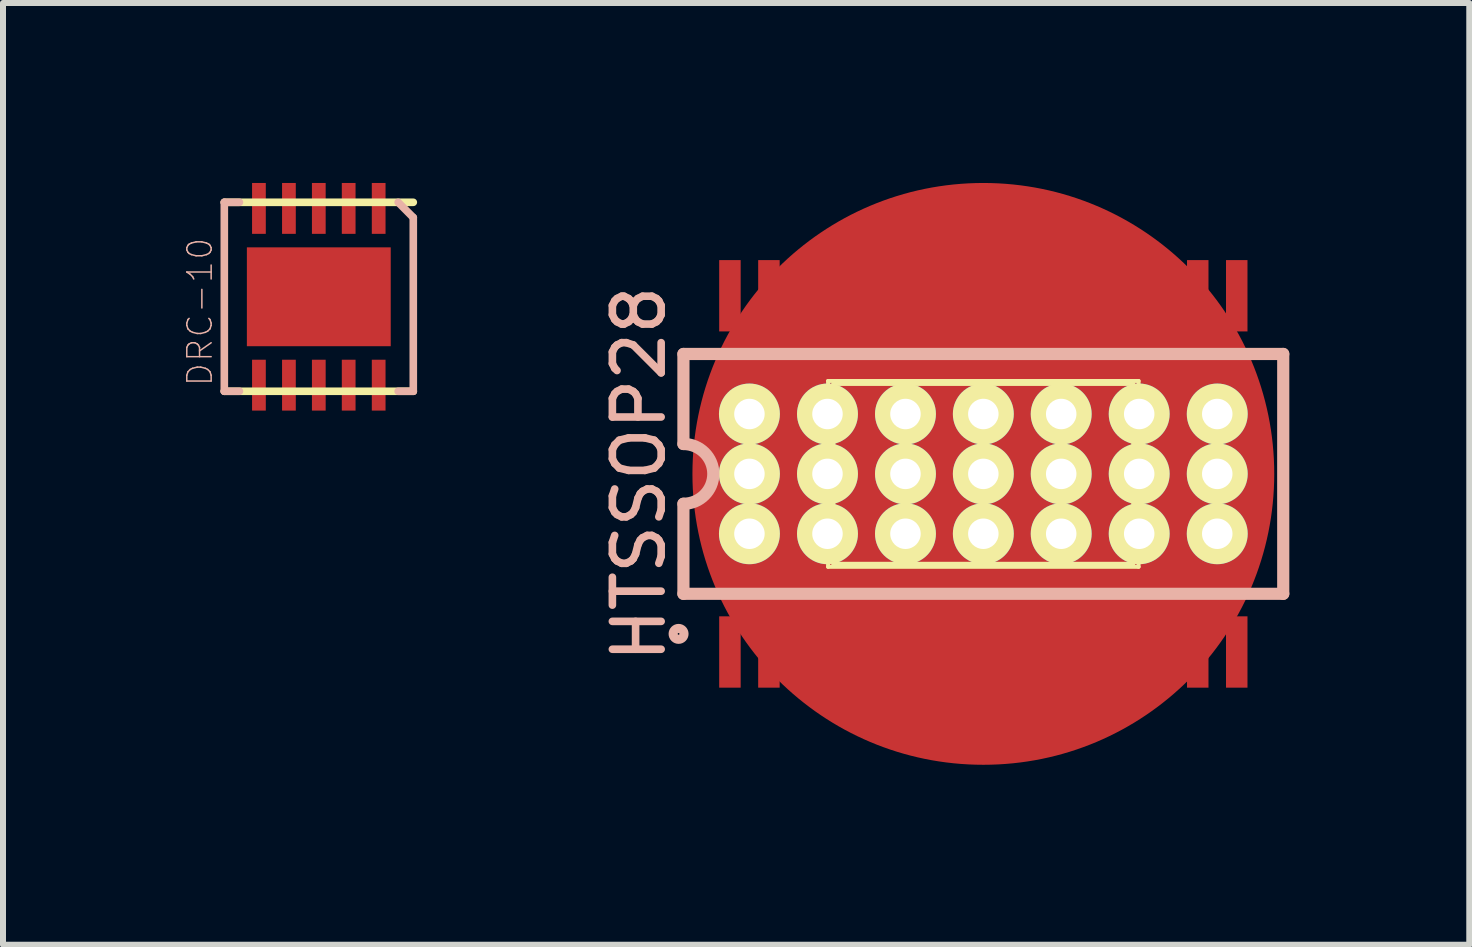
<source format=kicad_pcb>
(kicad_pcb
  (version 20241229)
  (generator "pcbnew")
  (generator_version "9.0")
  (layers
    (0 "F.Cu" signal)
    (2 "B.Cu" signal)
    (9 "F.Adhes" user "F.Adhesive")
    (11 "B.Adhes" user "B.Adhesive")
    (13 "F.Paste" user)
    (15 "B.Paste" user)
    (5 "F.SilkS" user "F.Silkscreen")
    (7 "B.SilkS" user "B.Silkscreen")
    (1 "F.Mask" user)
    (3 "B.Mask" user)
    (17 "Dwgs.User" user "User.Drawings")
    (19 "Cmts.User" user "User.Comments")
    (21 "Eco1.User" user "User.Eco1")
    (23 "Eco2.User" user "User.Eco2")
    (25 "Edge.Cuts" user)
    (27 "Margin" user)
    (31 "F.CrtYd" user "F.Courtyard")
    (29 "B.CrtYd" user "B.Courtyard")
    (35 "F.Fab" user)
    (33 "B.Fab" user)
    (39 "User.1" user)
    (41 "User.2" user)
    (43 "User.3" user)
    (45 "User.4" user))
  (footprint "HTSSOP28"
    (layer "F.Cu")
    (at 13.341 4.849)
    (property "Reference" "HTSSOP28" (at -5.74 0 90) (layer "B.SilkS") (effects (font (size 0.813 0.813) (thickness 0.127))))
    (attr smd)
    (fp_line (start -2.588 -1.549) (end 2.588 -1.549) (stroke (width 0.066) (type solid)) (layer "F.SilkS"))
    (fp_line (start -2.588 1.549) (end -2.588 -1.549) (stroke (width 0.066) (type solid)) (layer "F.SilkS"))
    (fp_line (start -2.588 1.549) (end 2.588 1.549) (stroke (width 0.066) (type solid)) (layer "F.SilkS"))
    (fp_line (start -2.499 -1.499) (end 2.499 -1.499) (stroke (width 0.066) (type solid)) (layer "F.SilkS"))
    (fp_line (start -2.499 1.499) (end -2.499 -1.499) (stroke (width 0.066) (type solid)) (layer "F.SilkS"))
    (fp_line (start -2.499 1.499) (end 2.499 1.499) (stroke (width 0.066) (type solid)) (layer "F.SilkS"))
    (fp_line (start 2.499 1.499) (end 2.499 -1.499) (stroke (width 0.066) (type solid)) (layer "F.SilkS"))
    (fp_line (start 2.588 1.549) (end 2.588 -1.549) (stroke (width 0.066) (type solid)) (layer "F.SilkS"))
    (fp_line (start -4.999 -1.999) (end -4.999 -0.498) (stroke (width 0.203) (type solid)) (layer "B.SilkS"))
    (fp_line (start -4.999 -1.999) (end 4.999 -1.999) (stroke (width 0.203) (type solid)) (layer "B.SilkS"))
    (fp_line (start -4.999 0.498) (end -4.999 1.999) (stroke (width 0.203) (type solid)) (layer "B.SilkS"))
    (fp_line (start -4.999 1.999) (end 4.999 1.999) (stroke (width 0.203) (type solid)) (layer "B.SilkS"))
    (fp_line (start 4.999 -1.999) (end 4.999 1.999) (stroke (width 0.203) (type solid)) (layer "B.SilkS"))
    (fp_arc (start -4.99872 -0.49784) (mid -4.50088 0) (end -4.99872 0.49784) (stroke (width 0.2032) (type solid)) (layer "B.SilkS"))
    (fp_circle (center -5.08 2.667) (end -5.144 2.731) (stroke (width 0.152) (type solid)) (fill no) (layer "B.SilkS"))
    (pad "1" smd rect (at -4.224 2.969) (size 0.358 1.189) (layers "F.Cu" "F.Mask" "F.Paste"))
    (pad "2" smd rect (at -3.574 2.969) (size 0.358 1.189) (layers "F.Cu" "F.Mask" "F.Paste"))
    (pad "3" smd rect (at -2.924 2.969) (size 0.358 1.189) (layers "F.Cu" "F.Mask" "F.Paste"))
    (pad "4" smd rect (at -2.273 2.969) (size 0.358 1.189) (layers "F.Cu" "F.Mask" "F.Paste"))
    (pad "5" smd rect (at -1.623 2.969) (size 0.358 1.189) (layers "F.Cu" "F.Mask" "F.Paste"))
    (pad "6" smd rect (at -0.973 2.969) (size 0.358 1.189) (layers "F.Cu" "F.Mask" "F.Paste"))
    (pad "7" smd rect (at -0.323 2.969) (size 0.358 1.189) (layers "F.Cu" "F.Mask" "F.Paste"))
    (pad "8" smd rect (at 0.323 2.969) (size 0.358 1.189) (layers "F.Cu" "F.Mask" "F.Paste"))
    (pad "9" smd rect (at 0.973 2.969) (size 0.358 1.189) (layers "F.Cu" "F.Mask" "F.Paste"))
    (pad "10" smd rect (at 1.623 2.969) (size 0.358 1.189) (layers "F.Cu" "F.Mask" "F.Paste"))
    (pad "11" smd rect (at 2.273 2.969) (size 0.358 1.189) (layers "F.Cu" "F.Mask" "F.Paste"))
    (pad "12" smd rect (at 2.924 2.969) (size 0.358 1.189) (layers "F.Cu" "F.Mask" "F.Paste"))
    (pad "13" smd rect (at 3.574 2.969) (size 0.358 1.189) (layers "F.Cu" "F.Mask" "F.Paste"))
    (pad "14" smd rect (at 4.224 2.969) (size 0.358 1.189) (layers "F.Cu" "F.Mask" "F.Paste"))
    (pad "15" smd rect (at 4.224 -2.969) (size 0.358 1.189) (layers "F.Cu" "F.Mask" "F.Paste"))
    (pad "16" smd rect (at 3.574 -2.969) (size 0.358 1.189) (layers "F.Cu" "F.Mask" "F.Paste"))
    (pad "17" smd rect (at 2.924 -2.969) (size 0.358 1.189) (layers "F.Cu" "F.Mask" "F.Paste"))
    (pad "18" smd rect (at 2.273 -2.969) (size 0.358 1.189) (layers "F.Cu" "F.Mask" "F.Paste"))
    (pad "19" smd rect (at 1.623 -2.969) (size 0.358 1.189) (layers "F.Cu" "F.Mask" "F.Paste"))
    (pad "20" smd rect (at 0.973 -2.969) (size 0.358 1.189) (layers "F.Cu" "F.Mask" "F.Paste"))
    (pad "21" smd rect (at 0.323 -2.969) (size 0.358 1.189) (layers "F.Cu" "F.Mask" "F.Paste"))
    (pad "22" smd rect (at -0.323 -2.969) (size 0.358 1.189) (layers "F.Cu" "F.Mask" "F.Paste"))
    (pad "23" smd rect (at -0.973 -2.969) (size 0.358 1.189) (layers "F.Cu" "F.Mask" "F.Paste"))
    (pad "24" smd rect (at -1.623 -2.969) (size 0.358 1.189) (layers "F.Cu" "F.Mask" "F.Paste"))
    (pad "25" smd rect (at -2.273 -2.969) (size 0.358 1.189) (layers "F.Cu" "F.Mask" "F.Paste"))
    (pad "26" smd rect (at -2.924 -2.969) (size 0.358 1.189) (layers "F.Cu" "F.Mask" "F.Paste"))
    (pad "27" smd rect (at -3.574 -2.969) (size 0.358 1.189) (layers "F.Cu" "F.Mask" "F.Paste"))
    (pad "28" smd rect (at -4.224 -2.969) (size 0.358 1.189) (layers "F.Cu" "F.Mask" "F.Paste"))
    (pad "GND@" thru_hole circle (at -3.899 -0.998) (size 1.016 1.016) (drill 0.508) (layers "*.Cu" "F.Mask" "F.SilkS" "F.Paste"))
    (pad "GND@" thru_hole circle (at -3.899 0) (size 1.016 1.016) (drill 0.508) (layers "*.Cu" "F.Mask" "F.SilkS" "F.Paste"))
    (pad "GND@" thru_hole circle (at -3.899 0.998) (size 1.016 1.016) (drill 0.508) (layers "*.Cu" "F.Mask" "F.SilkS" "F.Paste"))
    (pad "GND@" thru_hole circle (at -2.598 -0.998) (size 1.016 1.016) (drill 0.508) (layers "*.Cu" "F.Mask" "F.SilkS" "F.Paste"))
    (pad "GND@" thru_hole circle (at -2.598 0) (size 1.016 1.016) (drill 0.508) (layers "*.Cu" "F.Mask" "F.SilkS" "F.Paste"))
    (pad "GND@" thru_hole circle (at -2.598 0.998) (size 1.016 1.016) (drill 0.508) (layers "*.Cu" "F.Mask" "F.SilkS" "F.Paste"))
    (pad "GND@" thru_hole circle (at -1.298 -0.998) (size 1.016 1.016) (drill 0.508) (layers "*.Cu" "F.Mask" "F.SilkS" "F.Paste"))
    (pad "GND@" thru_hole circle (at -1.298 0) (size 1.016 1.016) (drill 0.508) (layers "*.Cu" "F.Mask" "F.SilkS" "F.Paste"))
    (pad "GND@" thru_hole circle (at -1.298 0.998) (size 1.016 1.016) (drill 0.508) (layers "*.Cu" "F.Mask" "F.SilkS" "F.Paste"))
    (pad "GND@" thru_hole circle (at 0 -0.998) (size 1.016 1.016) (drill 0.508) (layers "*.Cu" "F.Mask" "F.SilkS" "F.Paste"))
    (pad "GND@" thru_hole circle (at 0 0) (size 1.016 1.016) (drill 0.508) (layers "*.Cu" "F.Mask" "F.SilkS" "F.Paste"))
    (pad "GND@" smd circle (at 0 0) (size 9.698 9.698) (layers "F.Cu" "F.Mask" "F.Paste"))
    (pad "GND@" thru_hole circle (at 0 0.998) (size 1.016 1.016) (drill 0.508) (layers "*.Cu" "F.Mask" "F.SilkS" "F.Paste"))
    (pad "GND@" thru_hole circle (at 1.298 -0.998) (size 1.016 1.016) (drill 0.508) (layers "*.Cu" "F.Mask" "F.SilkS" "F.Paste"))
    (pad "GND@" thru_hole circle (at 1.298 0) (size 1.016 1.016) (drill 0.508) (layers "*.Cu" "F.Mask" "F.SilkS" "F.Paste"))
    (pad "GND@" thru_hole circle (at 1.298 0.998) (size 1.016 1.016) (drill 0.508) (layers "*.Cu" "F.Mask" "F.SilkS" "F.Paste"))
    (pad "GND@" thru_hole circle (at 2.598 -0.998) (size 1.016 1.016) (drill 0.508) (layers "*.Cu" "F.Mask" "F.SilkS" "F.Paste"))
    (pad "GND@" thru_hole circle (at 2.598 0) (size 1.016 1.016) (drill 0.508) (layers "*.Cu" "F.Mask" "F.SilkS" "F.Paste"))
    (pad "GND@" thru_hole circle (at 2.598 0.998) (size 1.016 1.016) (drill 0.508) (layers "*.Cu" "F.Mask" "F.SilkS" "F.Paste"))
    (pad "GND@" thru_hole circle (at 3.899 -0.998) (size 1.016 1.016) (drill 0.508) (layers "*.Cu" "F.Mask" "F.SilkS" "F.Paste"))
    (pad "GND@" thru_hole circle (at 3.899 0) (size 1.016 1.016) (drill 0.508) (layers "*.Cu" "F.Mask" "F.SilkS" "F.Paste"))
    (pad "GND@" thru_hole circle (at 3.899 0.998) (size 1.016 1.016) (drill 0.508) (layers "*.Cu" "F.Mask" "F.SilkS" "F.Paste")))
  (footprint "DRC-10"
    (layer "F.Cu")
    (at 2.264 1.897)
    (property "Reference" "DRC-10" (at -1.981 0.254 90) (layer "B.SilkS") (effects (font (size 0.406 0.406) (thickness 0.025))))
    (attr smd)
    (fp_line (start -1.575 1.575) (end 1.575 1.575) (stroke (width 0.127) (type solid)) (layer "F.SilkS"))
    (fp_line (start 1.575 -1.575) (end -1.575 -1.575) (stroke (width 0.127) (type solid)) (layer "F.SilkS"))
    (fp_line (start -1.575 -1.575) (end -1.575 1.575) (stroke (width 0.127) (type solid)) (layer "B.SilkS"))
    (fp_line (start -1.575 1.575) (end -1.323 1.575) (stroke (width 0.127) (type solid)) (layer "B.SilkS"))
    (fp_line (start -1.323 -1.575) (end -1.575 -1.575) (stroke (width 0.127) (type solid)) (layer "B.SilkS"))
    (fp_line (start 1.323 1.575) (end 1.575 1.575) (stroke (width 0.127) (type solid)) (layer "B.SilkS"))
    (fp_line (start 1.575 -1.321) (end 1.323 -1.575) (stroke (width 0.127) (type solid)) (layer "B.SilkS"))
    (fp_line (start 1.575 1.575) (end 1.575 -1.321) (stroke (width 0.127) (type solid)) (layer "B.SilkS"))
    (pad "1" smd rect (at 0.998 -1.473 90) (size 0.848 0.229) (layers "F.Cu" "F.Mask" "F.Paste"))
    (pad "2" smd rect (at 0.498 -1.473 90) (size 0.848 0.229) (layers "F.Cu" "F.Mask" "F.Paste"))
    (pad "3" smd rect (at 0 -1.473 90) (size 0.848 0.229) (layers "F.Cu" "F.Mask" "F.Paste"))
    (pad "4" smd rect (at -0.498 -1.473 90) (size 0.848 0.229) (layers "F.Cu" "F.Mask" "F.Paste"))
    (pad "5" smd rect (at -0.998 -1.473 90) (size 0.848 0.229) (layers "F.Cu" "F.Mask" "F.Paste"))
    (pad "6" smd rect (at -0.998 1.473 90) (size 0.848 0.229) (layers "F.Cu" "F.Mask" "F.Paste"))
    (pad "7" smd rect (at -0.498 1.473 90) (size 0.848 0.229) (layers "F.Cu" "F.Mask" "F.Paste"))
    (pad "8" smd rect (at 0 1.473 90) (size 0.848 0.229) (layers "F.Cu" "F.Mask" "F.Paste"))
    (pad "9" smd rect (at 0.498 1.473 90) (size 0.848 0.229) (layers "F.Cu" "F.Mask" "F.Paste"))
    (pad "10" smd rect (at 0.998 1.473 90) (size 0.848 0.229) (layers "F.Cu" "F.Mask" "F.Paste"))
    (pad "EP" smd rect (at 0 0 90) (size 1.648 2.398) (layers "F.Cu" "F.Mask" "F.Paste")))
  (gr_rect
    (start -3 -3)
    (end 21.441 12.698)
    (stroke (width 0.1) (type default))
    (fill no)
    (layer "Edge.Cuts")))
</source>
